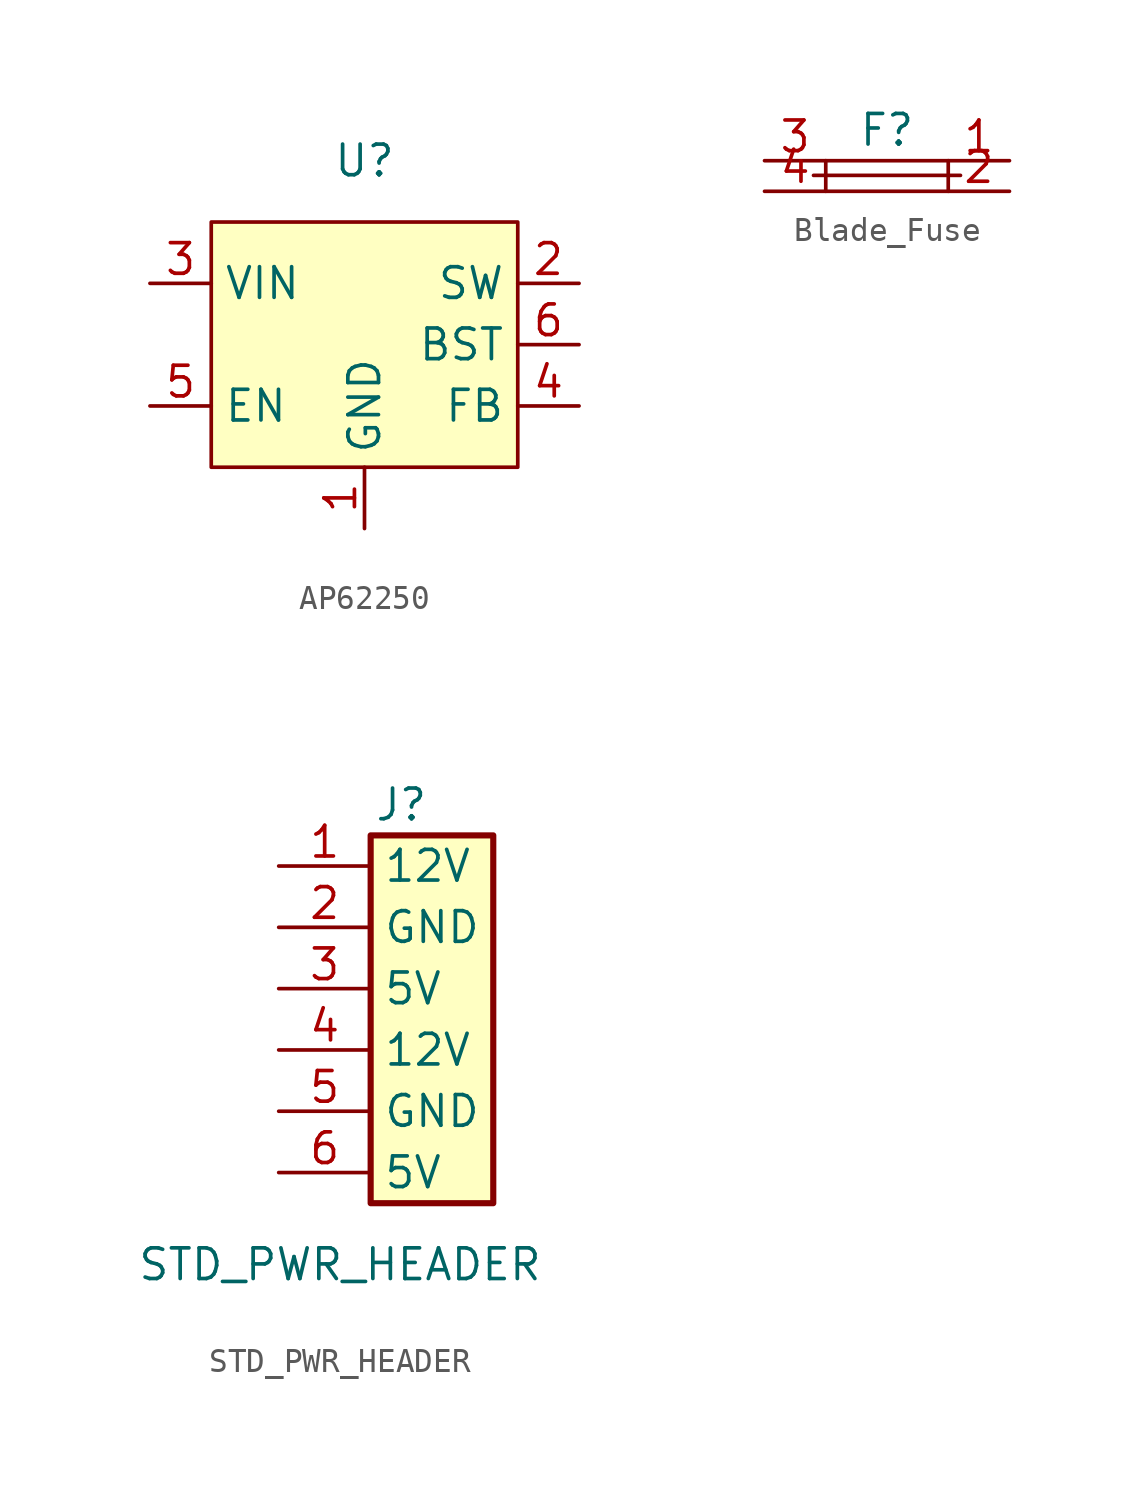
<source format=kicad_sym>
(kicad_symbol_lib
  (version 20220914)
  (generator kicad_symbol_editor)
  (symbol "AP62250"
    (property "Reference" "U"
      (at 0 7.62 0)
      (effects (font (size 1.27 1.27))))
    (property "Value" ""
      (at 0 0 0)
      (effects (font (size 1.27 1.27))))
    (property "ki_locked" ""
      (at 0 0 0)
      (effects (font (size 1.27 1.27))))
    (symbol "AP62250_1_1"
      (rectangle (start -6.35 5.08) (end 6.35 -5.08) (stroke (width 0) (type default)) (fill (type background)))
      (pin input line (at 0 -7.62 90) (length 2.54) (name "GND" (effects (font (size 1.27 1.27)))) (number "1" (effects (font (size 1.27 1.27)))))
      (pin output line (at 8.89 2.54 180) (length 2.54) (name "SW" (effects (font (size 1.27 1.27)))) (number "2" (effects (font (size 1.27 1.27)))))
      (pin input line (at -8.89 2.54 0) (length 2.54) (name "VIN" (effects (font (size 1.27 1.27)))) (number "3" (effects (font (size 1.27 1.27)))))
      (pin input line (at 8.89 -2.54 180) (length 2.54) (name "FB" (effects (font (size 1.27 1.27)))) (number "4" (effects (font (size 1.27 1.27)))))
      (pin input line (at -8.89 -2.54 0) (length 2.54) (name "EN" (effects (font (size 1.27 1.27)))) (number "5" (effects (font (size 1.27 1.27)))))
      (pin input line (at 8.89 0 180) (length 2.54) (name "BST" (effects (font (size 1.27 1.27)))) (number "6" (effects (font (size 1.27 1.27)))))))
  (symbol "Blade_Fuse"
    (property "Reference" "F"
      (at 0 2.54 0)
      (effects (font (size 1.27 1.27))))
    (property "Value" ""
      (at 0 0 0)
      (effects (font (size 1.27 1.27))))
    (property "ki_locked" ""
      (at 0 0 0)
      (effects (font (size 1.27 1.27))))
    (symbol "Blade_Fuse_1_1"
      (rectangle (start -2.54 1.27) (end 2.54 0) (stroke (width 0) (type default)) (fill (type none)))
      (polyline (pts (xy -3.048 0.66) (xy 3.048 0.66)) (stroke (width 0) (type default)) (fill (type none)))
      (pin bidirectional line (at 5.08 1.27 180) (length 2.54) (name "" (effects (font (size 1.27 1.27)))) (number "1" (effects (font (size 1.27 1.27)))))
      (pin bidirectional line (at 5.08 0 180) (length 2.54) (name "" (effects (font (size 1.27 1.27)))) (number "2" (effects (font (size 1.27 1.27)))))
      (pin bidirectional line (at -5.08 1.27 0) (length 2.54) (name "" (effects (font (size 1.27 1.27)))) (number "3" (effects (font (size 1.27 1.27)))))
      (pin bidirectional line (at -5.08 0 0) (length 2.54) (name "" (effects (font (size 1.27 1.27)))) (number "4" (effects (font (size 1.27 1.27)))))))
  (symbol "STD_PWR_HEADER"
    (property "Reference" "J"
      (at 2.54 8.89 0)
      (effects (font (size 1.27 1.27))))
    (property "Value" "STD_PWR_HEADER"
      (at 0 -10.16 0)
      (effects (font (size 1.27 1.27))))
    (symbol "STD_PWR_HEADER_1_1"
      (rectangle (start 1.27 7.62) (end 6.35 -7.62) (stroke (width 0.254) (type default)) (fill (type background)))
      (pin passive line (at -2.54 6.35 0) (length 3.81) (name "12V" (effects (font (size 1.27 1.27)))) (number "1" (effects (font (size 1.27 1.27)))))
      (pin passive line (at -2.54 3.81 0) (length 3.81) (name "GND" (effects (font (size 1.27 1.27)))) (number "2" (effects (font (size 1.27 1.27)))))
      (pin passive line (at -2.54 1.27 0) (length 3.81) (name "5V" (effects (font (size 1.27 1.27)))) (number "3" (effects (font (size 1.27 1.27)))))
      (pin passive line (at -2.54 -1.27 0) (length 3.81) (name "12V" (effects (font (size 1.27 1.27)))) (number "4" (effects (font (size 1.27 1.27)))))
      (pin passive line (at -2.54 -3.81 0) (length 3.81) (name "GND" (effects (font (size 1.27 1.27)))) (number "5" (effects (font (size 1.27 1.27)))))
      (pin passive line (at -2.54 -6.35 0) (length 3.81) (name "5V" (effects (font (size 1.27 1.27)))) (number "6" (effects (font (size 1.27 1.27))))))))
</source>
